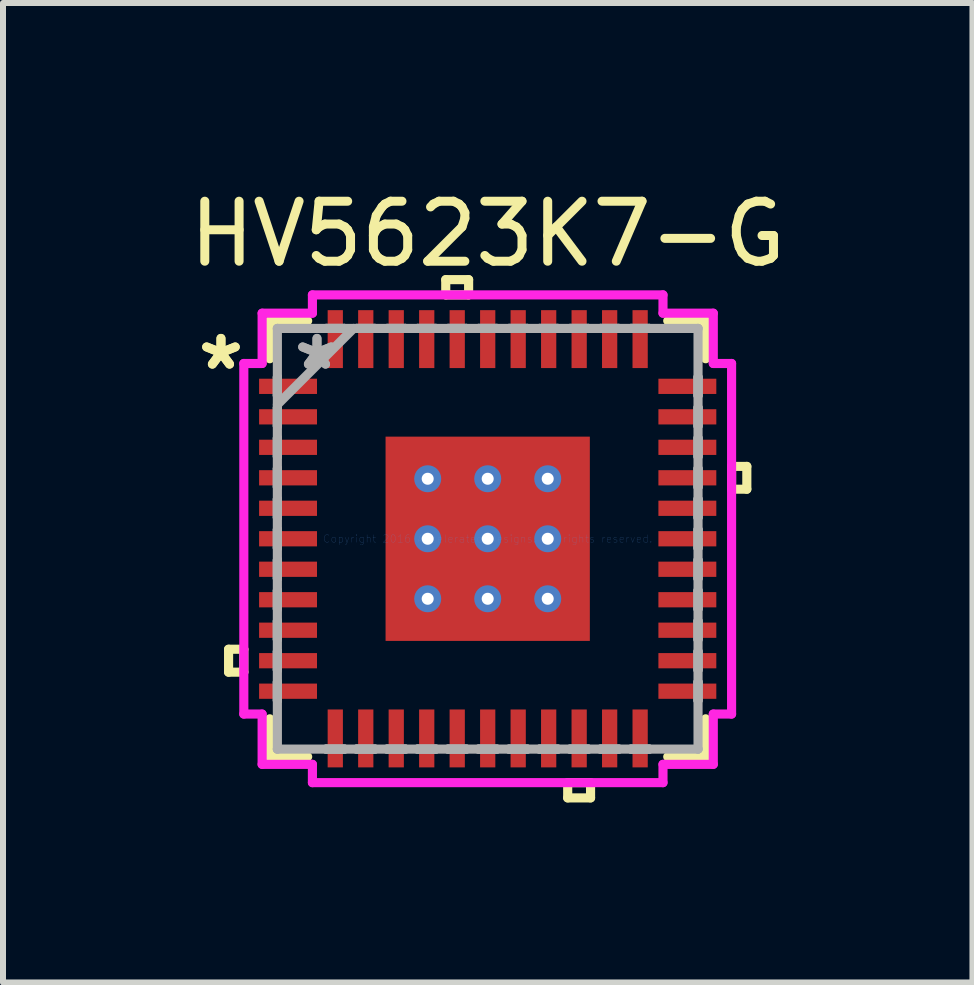
<source format=kicad_pcb>
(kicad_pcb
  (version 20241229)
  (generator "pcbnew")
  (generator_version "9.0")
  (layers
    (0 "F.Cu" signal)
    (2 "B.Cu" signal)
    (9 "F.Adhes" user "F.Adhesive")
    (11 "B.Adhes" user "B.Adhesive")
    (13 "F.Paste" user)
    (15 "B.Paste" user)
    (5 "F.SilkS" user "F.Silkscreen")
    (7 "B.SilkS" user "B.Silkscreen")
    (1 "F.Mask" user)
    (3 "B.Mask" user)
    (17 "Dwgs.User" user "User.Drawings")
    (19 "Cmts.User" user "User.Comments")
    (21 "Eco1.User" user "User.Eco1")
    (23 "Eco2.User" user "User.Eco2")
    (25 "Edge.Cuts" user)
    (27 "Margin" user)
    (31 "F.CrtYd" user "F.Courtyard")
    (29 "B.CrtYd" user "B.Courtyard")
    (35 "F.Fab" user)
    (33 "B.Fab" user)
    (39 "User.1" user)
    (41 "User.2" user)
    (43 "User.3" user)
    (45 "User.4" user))
  (footprint "HV5623K7-G"
    (layer "F.Cu")
    (at 5.077 5.928)
    (property "Reference" "HV5623K7-G" (at 0 -5.08 0) (layer "F.SilkS") (effects (font (size 1 1) (thickness 0.15))))
    (attr through_hole)
    (fp_line (start -4.318 1.841) (end -4.318 2.223) (stroke (width 0.152) (type solid)) (layer "F.SilkS"))
    (fp_line (start -4.318 2.223) (end -4.064 2.223) (stroke (width 0.152) (type solid)) (layer "F.SilkS"))
    (fp_line (start -4.064 1.841) (end -4.318 1.841) (stroke (width 0.152) (type solid)) (layer "F.SilkS"))
    (fp_line (start -4.064 2.223) (end -4.064 1.841) (stroke (width 0.152) (type solid)) (layer "F.SilkS"))
    (fp_line (start -3.632 -3.632) (end -3.632 -3) (stroke (width 0.152) (type solid)) (layer "F.SilkS"))
    (fp_line (start -3.632 3) (end -3.632 3.632) (stroke (width 0.152) (type solid)) (layer "F.SilkS"))
    (fp_line (start -3.632 3.632) (end -3 3.632) (stroke (width 0.152) (type solid)) (layer "F.SilkS"))
    (fp_line (start -3 -3.632) (end -3.632 -3.632) (stroke (width 0.152) (type solid)) (layer "F.SilkS"))
    (fp_line (start -0.699 -4.318) (end -0.318 -4.318) (stroke (width 0.152) (type solid)) (layer "F.SilkS"))
    (fp_line (start -0.699 -4.064) (end -0.699 -4.318) (stroke (width 0.152) (type solid)) (layer "F.SilkS"))
    (fp_line (start -0.318 -4.318) (end -0.318 -4.064) (stroke (width 0.152) (type solid)) (layer "F.SilkS"))
    (fp_line (start -0.318 -4.064) (end -0.699 -4.064) (stroke (width 0.152) (type solid)) (layer "F.SilkS"))
    (fp_line (start 1.333 4.064) (end 1.333 4.318) (stroke (width 0.152) (type solid)) (layer "F.SilkS"))
    (fp_line (start 1.333 4.318) (end 1.714 4.318) (stroke (width 0.152) (type solid)) (layer "F.SilkS"))
    (fp_line (start 1.714 4.064) (end 1.333 4.064) (stroke (width 0.152) (type solid)) (layer "F.SilkS"))
    (fp_line (start 1.714 4.318) (end 1.714 4.064) (stroke (width 0.152) (type solid)) (layer "F.SilkS"))
    (fp_line (start 3 3.632) (end 3.632 3.632) (stroke (width 0.152) (type solid)) (layer "F.SilkS"))
    (fp_line (start 3.632 -3.632) (end 3 -3.632) (stroke (width 0.152) (type solid)) (layer "F.SilkS"))
    (fp_line (start 3.632 -3) (end 3.632 -3.632) (stroke (width 0.152) (type solid)) (layer "F.SilkS"))
    (fp_line (start 3.632 3.632) (end 3.632 3) (stroke (width 0.152) (type solid)) (layer "F.SilkS"))
    (fp_line (start 4.064 -1.206) (end 4.318 -1.206) (stroke (width 0.152) (type solid)) (layer "F.SilkS"))
    (fp_line (start 4.064 -0.826) (end 4.064 -1.206) (stroke (width 0.152) (type solid)) (layer "F.SilkS"))
    (fp_line (start 4.318 -1.206) (end 4.318 -0.826) (stroke (width 0.152) (type solid)) (layer "F.SilkS"))
    (fp_line (start 4.318 -0.826) (end 4.064 -0.826) (stroke (width 0.152) (type solid)) (layer "F.SilkS"))
    (fp_line (start -1.602 -1.602) (end -1.602 -0.1) (stroke (width 0.152) (type solid)) (layer "F.Paste"))
    (fp_line (start -1.602 -0.1) (end -0.1 -0.1) (stroke (width 0.152) (type solid)) (layer "F.Paste"))
    (fp_line (start -1.602 0.1) (end -1.602 1.602) (stroke (width 0.152) (type solid)) (layer "F.Paste"))
    (fp_line (start -1.602 1.602) (end -0.1 1.602) (stroke (width 0.152) (type solid)) (layer "F.Paste"))
    (fp_line (start -0.1 -1.602) (end -1.602 -1.602) (stroke (width 0.152) (type solid)) (layer "F.Paste"))
    (fp_line (start -0.1 -0.1) (end -0.1 -1.602) (stroke (width 0.152) (type solid)) (layer "F.Paste"))
    (fp_line (start -0.1 0.1) (end -1.602 0.1) (stroke (width 0.152) (type solid)) (layer "F.Paste"))
    (fp_line (start -0.1 1.602) (end -0.1 0.1) (stroke (width 0.152) (type solid)) (layer "F.Paste"))
    (fp_line (start 0.1 -1.602) (end 0.1 -0.1) (stroke (width 0.152) (type solid)) (layer "F.Paste"))
    (fp_line (start 0.1 -0.1) (end 1.602 -0.1) (stroke (width 0.152) (type solid)) (layer "F.Paste"))
    (fp_line (start 0.1 0.1) (end 0.1 1.602) (stroke (width 0.152) (type solid)) (layer "F.Paste"))
    (fp_line (start 0.1 1.602) (end 1.602 1.602) (stroke (width 0.152) (type solid)) (layer "F.Paste"))
    (fp_line (start 1.602 -1.602) (end 0.1 -1.602) (stroke (width 0.152) (type solid)) (layer "F.Paste"))
    (fp_line (start 1.602 -0.1) (end 1.602 -1.602) (stroke (width 0.152) (type solid)) (layer "F.Paste"))
    (fp_line (start 1.602 0.1) (end 0.1 0.1) (stroke (width 0.152) (type solid)) (layer "F.Paste"))
    (fp_line (start 1.602 1.602) (end 1.602 0.1) (stroke (width 0.152) (type solid)) (layer "F.Paste"))
    (fp_line (start -4.064 -2.921) (end -3.759 -2.921) (stroke (width 0.152) (type solid)) (layer "F.CrtYd"))
    (fp_line (start -4.064 2.921) (end -4.064 -2.921) (stroke (width 0.152) (type solid)) (layer "F.CrtYd"))
    (fp_line (start -3.759 -3.759) (end -2.921 -3.759) (stroke (width 0.152) (type solid)) (layer "F.CrtYd"))
    (fp_line (start -3.759 -2.921) (end -3.759 -3.759) (stroke (width 0.152) (type solid)) (layer "F.CrtYd"))
    (fp_line (start -3.759 2.921) (end -4.064 2.921) (stroke (width 0.152) (type solid)) (layer "F.CrtYd"))
    (fp_line (start -3.759 3.759) (end -3.759 2.921) (stroke (width 0.152) (type solid)) (layer "F.CrtYd"))
    (fp_line (start -2.921 -4.064) (end 2.921 -4.064) (stroke (width 0.152) (type solid)) (layer "F.CrtYd"))
    (fp_line (start -2.921 -3.759) (end -2.921 -4.064) (stroke (width 0.152) (type solid)) (layer "F.CrtYd"))
    (fp_line (start -2.921 3.759) (end -3.759 3.759) (stroke (width 0.152) (type solid)) (layer "F.CrtYd"))
    (fp_line (start -2.921 4.064) (end -2.921 3.759) (stroke (width 0.152) (type solid)) (layer "F.CrtYd"))
    (fp_line (start 2.921 -4.064) (end 2.921 -3.759) (stroke (width 0.152) (type solid)) (layer "F.CrtYd"))
    (fp_line (start 2.921 -3.759) (end 3.759 -3.759) (stroke (width 0.152) (type solid)) (layer "F.CrtYd"))
    (fp_line (start 2.921 3.759) (end 2.921 4.064) (stroke (width 0.152) (type solid)) (layer "F.CrtYd"))
    (fp_line (start 2.921 4.064) (end -2.921 4.064) (stroke (width 0.152) (type solid)) (layer "F.CrtYd"))
    (fp_line (start 3.759 -3.759) (end 3.759 -2.921) (stroke (width 0.152) (type solid)) (layer "F.CrtYd"))
    (fp_line (start 3.759 -2.921) (end 4.064 -2.921) (stroke (width 0.152) (type solid)) (layer "F.CrtYd"))
    (fp_line (start 3.759 2.921) (end 3.759 3.759) (stroke (width 0.152) (type solid)) (layer "F.CrtYd"))
    (fp_line (start 3.759 3.759) (end 2.921 3.759) (stroke (width 0.152) (type solid)) (layer "F.CrtYd"))
    (fp_line (start 4.064 -2.921) (end 4.064 2.921) (stroke (width 0.152) (type solid)) (layer "F.CrtYd"))
    (fp_line (start 4.064 2.921) (end 3.759 2.921) (stroke (width 0.152) (type solid)) (layer "F.CrtYd"))
    (fp_line (start -3.505 -3.505) (end -3.505 -3.505) (stroke (width 0.152) (type solid)) (layer "F.Fab"))
    (fp_line (start -3.505 -3.505) (end -3.505 3.505) (stroke (width 0.152) (type solid)) (layer "F.Fab"))
    (fp_line (start -3.505 -2.692) (end -3.505 -2.692) (stroke (width 0.152) (type solid)) (layer "F.Fab"))
    (fp_line (start -3.505 -2.692) (end -3.505 -2.388) (stroke (width 0.152) (type solid)) (layer "F.Fab"))
    (fp_line (start -3.505 -2.388) (end -3.505 -2.692) (stroke (width 0.152) (type solid)) (layer "F.Fab"))
    (fp_line (start -3.505 -2.388) (end -3.505 -2.388) (stroke (width 0.152) (type solid)) (layer "F.Fab"))
    (fp_line (start -3.505 -2.235) (end -2.235 -3.505) (stroke (width 0.152) (type solid)) (layer "F.Fab"))
    (fp_line (start -3.505 -2.184) (end -3.505 -2.184) (stroke (width 0.152) (type solid)) (layer "F.Fab"))
    (fp_line (start -3.505 -2.184) (end -3.505 -1.88) (stroke (width 0.152) (type solid)) (layer "F.Fab"))
    (fp_line (start -3.505 -1.88) (end -3.505 -2.184) (stroke (width 0.152) (type solid)) (layer "F.Fab"))
    (fp_line (start -3.505 -1.88) (end -3.505 -1.88) (stroke (width 0.152) (type solid)) (layer "F.Fab"))
    (fp_line (start -3.505 -1.676) (end -3.505 -1.676) (stroke (width 0.152) (type solid)) (layer "F.Fab"))
    (fp_line (start -3.505 -1.676) (end -3.505 -1.372) (stroke (width 0.152) (type solid)) (layer "F.Fab"))
    (fp_line (start -3.505 -1.372) (end -3.505 -1.676) (stroke (width 0.152) (type solid)) (layer "F.Fab"))
    (fp_line (start -3.505 -1.372) (end -3.505 -1.372) (stroke (width 0.152) (type solid)) (layer "F.Fab"))
    (fp_line (start -3.505 -1.168) (end -3.505 -1.168) (stroke (width 0.152) (type solid)) (layer "F.Fab"))
    (fp_line (start -3.505 -1.168) (end -3.505 -0.864) (stroke (width 0.152) (type solid)) (layer "F.Fab"))
    (fp_line (start -3.505 -0.864) (end -3.505 -1.168) (stroke (width 0.152) (type solid)) (layer "F.Fab"))
    (fp_line (start -3.505 -0.864) (end -3.505 -0.864) (stroke (width 0.152) (type solid)) (layer "F.Fab"))
    (fp_line (start -3.505 -0.66) (end -3.505 -0.66) (stroke (width 0.152) (type solid)) (layer "F.Fab"))
    (fp_line (start -3.505 -0.66) (end -3.505 -0.356) (stroke (width 0.152) (type solid)) (layer "F.Fab"))
    (fp_line (start -3.505 -0.356) (end -3.505 -0.66) (stroke (width 0.152) (type solid)) (layer "F.Fab"))
    (fp_line (start -3.505 -0.356) (end -3.505 -0.356) (stroke (width 0.152) (type solid)) (layer "F.Fab"))
    (fp_line (start -3.505 -0.152) (end -3.505 -0.152) (stroke (width 0.152) (type solid)) (layer "F.Fab"))
    (fp_line (start -3.505 -0.152) (end -3.505 0.152) (stroke (width 0.152) (type solid)) (layer "F.Fab"))
    (fp_line (start -3.505 0.152) (end -3.505 -0.152) (stroke (width 0.152) (type solid)) (layer "F.Fab"))
    (fp_line (start -3.505 0.152) (end -3.505 0.152) (stroke (width 0.152) (type solid)) (layer "F.Fab"))
    (fp_line (start -3.505 0.356) (end -3.505 0.356) (stroke (width 0.152) (type solid)) (layer "F.Fab"))
    (fp_line (start -3.505 0.356) (end -3.505 0.66) (stroke (width 0.152) (type solid)) (layer "F.Fab"))
    (fp_line (start -3.505 0.66) (end -3.505 0.356) (stroke (width 0.152) (type solid)) (layer "F.Fab"))
    (fp_line (start -3.505 0.66) (end -3.505 0.66) (stroke (width 0.152) (type solid)) (layer "F.Fab"))
    (fp_line (start -3.505 0.864) (end -3.505 0.864) (stroke (width 0.152) (type solid)) (layer "F.Fab"))
    (fp_line (start -3.505 0.864) (end -3.505 1.168) (stroke (width 0.152) (type solid)) (layer "F.Fab"))
    (fp_line (start -3.505 1.168) (end -3.505 0.864) (stroke (width 0.152) (type solid)) (layer "F.Fab"))
    (fp_line (start -3.505 1.168) (end -3.505 1.168) (stroke (width 0.152) (type solid)) (layer "F.Fab"))
    (fp_line (start -3.505 1.372) (end -3.505 1.372) (stroke (width 0.152) (type solid)) (layer "F.Fab"))
    (fp_line (start -3.505 1.372) (end -3.505 1.676) (stroke (width 0.152) (type solid)) (layer "F.Fab"))
    (fp_line (start -3.505 1.676) (end -3.505 1.372) (stroke (width 0.152) (type solid)) (layer "F.Fab"))
    (fp_line (start -3.505 1.676) (end -3.505 1.676) (stroke (width 0.152) (type solid)) (layer "F.Fab"))
    (fp_line (start -3.505 1.88) (end -3.505 1.88) (stroke (width 0.152) (type solid)) (layer "F.Fab"))
    (fp_line (start -3.505 1.88) (end -3.505 2.184) (stroke (width 0.152) (type solid)) (layer "F.Fab"))
    (fp_line (start -3.505 2.184) (end -3.505 1.88) (stroke (width 0.152) (type solid)) (layer "F.Fab"))
    (fp_line (start -3.505 2.184) (end -3.505 2.184) (stroke (width 0.152) (type solid)) (layer "F.Fab"))
    (fp_line (start -3.505 2.388) (end -3.505 2.388) (stroke (width 0.152) (type solid)) (layer "F.Fab"))
    (fp_line (start -3.505 2.388) (end -3.505 2.692) (stroke (width 0.152) (type solid)) (layer "F.Fab"))
    (fp_line (start -3.505 2.692) (end -3.505 2.388) (stroke (width 0.152) (type solid)) (layer "F.Fab"))
    (fp_line (start -3.505 2.692) (end -3.505 2.692) (stroke (width 0.152) (type solid)) (layer "F.Fab"))
    (fp_line (start -3.505 3.505) (end -3.505 3.505) (stroke (width 0.152) (type solid)) (layer "F.Fab"))
    (fp_line (start -3.505 3.505) (end 3.505 3.505) (stroke (width 0.152) (type solid)) (layer "F.Fab"))
    (fp_line (start -2.692 -3.505) (end -2.692 -3.505) (stroke (width 0.152) (type solid)) (layer "F.Fab"))
    (fp_line (start -2.692 -3.505) (end -2.388 -3.505) (stroke (width 0.152) (type solid)) (layer "F.Fab"))
    (fp_line (start -2.692 3.505) (end -2.692 3.505) (stroke (width 0.152) (type solid)) (layer "F.Fab"))
    (fp_line (start -2.692 3.505) (end -2.388 3.505) (stroke (width 0.152) (type solid)) (layer "F.Fab"))
    (fp_line (start -2.388 -3.505) (end -2.692 -3.505) (stroke (width 0.152) (type solid)) (layer "F.Fab"))
    (fp_line (start -2.388 -3.505) (end -2.388 -3.505) (stroke (width 0.152) (type solid)) (layer "F.Fab"))
    (fp_line (start -2.388 3.505) (end -2.692 3.505) (stroke (width 0.152) (type solid)) (layer "F.Fab"))
    (fp_line (start -2.388 3.505) (end -2.388 3.505) (stroke (width 0.152) (type solid)) (layer "F.Fab"))
    (fp_line (start -2.184 -3.505) (end -2.184 -3.505) (stroke (width 0.152) (type solid)) (layer "F.Fab"))
    (fp_line (start -2.184 -3.505) (end -1.88 -3.505) (stroke (width 0.152) (type solid)) (layer "F.Fab"))
    (fp_line (start -2.184 3.505) (end -2.184 3.505) (stroke (width 0.152) (type solid)) (layer "F.Fab"))
    (fp_line (start -2.184 3.505) (end -1.88 3.505) (stroke (width 0.152) (type solid)) (layer "F.Fab"))
    (fp_line (start -1.88 -3.505) (end -2.184 -3.505) (stroke (width 0.152) (type solid)) (layer "F.Fab"))
    (fp_line (start -1.88 -3.505) (end -1.88 -3.505) (stroke (width 0.152) (type solid)) (layer "F.Fab"))
    (fp_line (start -1.88 3.505) (end -2.184 3.505) (stroke (width 0.152) (type solid)) (layer "F.Fab"))
    (fp_line (start -1.88 3.505) (end -1.88 3.505) (stroke (width 0.152) (type solid)) (layer "F.Fab"))
    (fp_line (start -1.676 -3.505) (end -1.676 -3.505) (stroke (width 0.152) (type solid)) (layer "F.Fab"))
    (fp_line (start -1.676 -3.505) (end -1.372 -3.505) (stroke (width 0.152) (type solid)) (layer "F.Fab"))
    (fp_line (start -1.676 3.505) (end -1.676 3.505) (stroke (width 0.152) (type solid)) (layer "F.Fab"))
    (fp_line (start -1.676 3.505) (end -1.372 3.505) (stroke (width 0.152) (type solid)) (layer "F.Fab"))
    (fp_line (start -1.372 -3.505) (end -1.676 -3.505) (stroke (width 0.152) (type solid)) (layer "F.Fab"))
    (fp_line (start -1.372 -3.505) (end -1.372 -3.505) (stroke (width 0.152) (type solid)) (layer "F.Fab"))
    (fp_line (start -1.372 3.505) (end -1.676 3.505) (stroke (width 0.152) (type solid)) (layer "F.Fab"))
    (fp_line (start -1.372 3.505) (end -1.372 3.505) (stroke (width 0.152) (type solid)) (layer "F.Fab"))
    (fp_line (start -1.168 -3.505) (end -1.168 -3.505) (stroke (width 0.152) (type solid)) (layer "F.Fab"))
    (fp_line (start -1.168 -3.505) (end -0.864 -3.505) (stroke (width 0.152) (type solid)) (layer "F.Fab"))
    (fp_line (start -1.168 3.505) (end -1.168 3.505) (stroke (width 0.152) (type solid)) (layer "F.Fab"))
    (fp_line (start -1.168 3.505) (end -0.864 3.505) (stroke (width 0.152) (type solid)) (layer "F.Fab"))
    (fp_line (start -0.864 -3.505) (end -1.168 -3.505) (stroke (width 0.152) (type solid)) (layer "F.Fab"))
    (fp_line (start -0.864 -3.505) (end -0.864 -3.505) (stroke (width 0.152) (type solid)) (layer "F.Fab"))
    (fp_line (start -0.864 3.505) (end -1.168 3.505) (stroke (width 0.152) (type solid)) (layer "F.Fab"))
    (fp_line (start -0.864 3.505) (end -0.864 3.505) (stroke (width 0.152) (type solid)) (layer "F.Fab"))
    (fp_line (start -0.66 -3.505) (end -0.66 -3.505) (stroke (width 0.152) (type solid)) (layer "F.Fab"))
    (fp_line (start -0.66 -3.505) (end -0.356 -3.505) (stroke (width 0.152) (type solid)) (layer "F.Fab"))
    (fp_line (start -0.66 3.505) (end -0.66 3.505) (stroke (width 0.152) (type solid)) (layer "F.Fab"))
    (fp_line (start -0.66 3.505) (end -0.356 3.505) (stroke (width 0.152) (type solid)) (layer "F.Fab"))
    (fp_line (start -0.356 -3.505) (end -0.66 -3.505) (stroke (width 0.152) (type solid)) (layer "F.Fab"))
    (fp_line (start -0.356 -3.505) (end -0.356 -3.505) (stroke (width 0.152) (type solid)) (layer "F.Fab"))
    (fp_line (start -0.356 3.505) (end -0.66 3.505) (stroke (width 0.152) (type solid)) (layer "F.Fab"))
    (fp_line (start -0.356 3.505) (end -0.356 3.505) (stroke (width 0.152) (type solid)) (layer "F.Fab"))
    (fp_line (start -0.152 -3.505) (end -0.152 -3.505) (stroke (width 0.152) (type solid)) (layer "F.Fab"))
    (fp_line (start -0.152 -3.505) (end 0.152 -3.505) (stroke (width 0.152) (type solid)) (layer "F.Fab"))
    (fp_line (start -0.152 3.505) (end -0.152 3.505) (stroke (width 0.152) (type solid)) (layer "F.Fab"))
    (fp_line (start -0.152 3.505) (end 0.152 3.505) (stroke (width 0.152) (type solid)) (layer "F.Fab"))
    (fp_line (start 0.152 -3.505) (end -0.152 -3.505) (stroke (width 0.152) (type solid)) (layer "F.Fab"))
    (fp_line (start 0.152 -3.505) (end 0.152 -3.505) (stroke (width 0.152) (type solid)) (layer "F.Fab"))
    (fp_line (start 0.152 3.505) (end -0.152 3.505) (stroke (width 0.152) (type solid)) (layer "F.Fab"))
    (fp_line (start 0.152 3.505) (end 0.152 3.505) (stroke (width 0.152) (type solid)) (layer "F.Fab"))
    (fp_line (start 0.356 -3.505) (end 0.356 -3.505) (stroke (width 0.152) (type solid)) (layer "F.Fab"))
    (fp_line (start 0.356 -3.505) (end 0.66 -3.505) (stroke (width 0.152) (type solid)) (layer "F.Fab"))
    (fp_line (start 0.356 3.505) (end 0.356 3.505) (stroke (width 0.152) (type solid)) (layer "F.Fab"))
    (fp_line (start 0.356 3.505) (end 0.66 3.505) (stroke (width 0.152) (type solid)) (layer "F.Fab"))
    (fp_line (start 0.66 -3.505) (end 0.356 -3.505) (stroke (width 0.152) (type solid)) (layer "F.Fab"))
    (fp_line (start 0.66 -3.505) (end 0.66 -3.505) (stroke (width 0.152) (type solid)) (layer "F.Fab"))
    (fp_line (start 0.66 3.505) (end 0.356 3.505) (stroke (width 0.152) (type solid)) (layer "F.Fab"))
    (fp_line (start 0.66 3.505) (end 0.66 3.505) (stroke (width 0.152) (type solid)) (layer "F.Fab"))
    (fp_line (start 0.864 -3.505) (end 0.864 -3.505) (stroke (width 0.152) (type solid)) (layer "F.Fab"))
    (fp_line (start 0.864 -3.505) (end 1.168 -3.505) (stroke (width 0.152) (type solid)) (layer "F.Fab"))
    (fp_line (start 0.864 3.505) (end 0.864 3.505) (stroke (width 0.152) (type solid)) (layer "F.Fab"))
    (fp_line (start 0.864 3.505) (end 1.168 3.505) (stroke (width 0.152) (type solid)) (layer "F.Fab"))
    (fp_line (start 1.168 -3.505) (end 0.864 -3.505) (stroke (width 0.152) (type solid)) (layer "F.Fab"))
    (fp_line (start 1.168 -3.505) (end 1.168 -3.505) (stroke (width 0.152) (type solid)) (layer "F.Fab"))
    (fp_line (start 1.168 3.505) (end 0.864 3.505) (stroke (width 0.152) (type solid)) (layer "F.Fab"))
    (fp_line (start 1.168 3.505) (end 1.168 3.505) (stroke (width 0.152) (type solid)) (layer "F.Fab"))
    (fp_line (start 1.372 -3.505) (end 1.372 -3.505) (stroke (width 0.152) (type solid)) (layer "F.Fab"))
    (fp_line (start 1.372 -3.505) (end 1.676 -3.505) (stroke (width 0.152) (type solid)) (layer "F.Fab"))
    (fp_line (start 1.372 3.505) (end 1.372 3.505) (stroke (width 0.152) (type solid)) (layer "F.Fab"))
    (fp_line (start 1.372 3.505) (end 1.676 3.505) (stroke (width 0.152) (type solid)) (layer "F.Fab"))
    (fp_line (start 1.676 -3.505) (end 1.372 -3.505) (stroke (width 0.152) (type solid)) (layer "F.Fab"))
    (fp_line (start 1.676 -3.505) (end 1.676 -3.505) (stroke (width 0.152) (type solid)) (layer "F.Fab"))
    (fp_line (start 1.676 3.505) (end 1.372 3.505) (stroke (width 0.152) (type solid)) (layer "F.Fab"))
    (fp_line (start 1.676 3.505) (end 1.676 3.505) (stroke (width 0.152) (type solid)) (layer "F.Fab"))
    (fp_line (start 1.88 -3.505) (end 1.88 -3.505) (stroke (width 0.152) (type solid)) (layer "F.Fab"))
    (fp_line (start 1.88 -3.505) (end 2.184 -3.505) (stroke (width 0.152) (type solid)) (layer "F.Fab"))
    (fp_line (start 1.88 3.505) (end 1.88 3.505) (stroke (width 0.152) (type solid)) (layer "F.Fab"))
    (fp_line (start 1.88 3.505) (end 2.184 3.505) (stroke (width 0.152) (type solid)) (layer "F.Fab"))
    (fp_line (start 2.184 -3.505) (end 1.88 -3.505) (stroke (width 0.152) (type solid)) (layer "F.Fab"))
    (fp_line (start 2.184 -3.505) (end 2.184 -3.505) (stroke (width 0.152) (type solid)) (layer "F.Fab"))
    (fp_line (start 2.184 3.505) (end 1.88 3.505) (stroke (width 0.152) (type solid)) (layer "F.Fab"))
    (fp_line (start 2.184 3.505) (end 2.184 3.505) (stroke (width 0.152) (type solid)) (layer "F.Fab"))
    (fp_line (start 2.388 -3.505) (end 2.388 -3.505) (stroke (width 0.152) (type solid)) (layer "F.Fab"))
    (fp_line (start 2.388 -3.505) (end 2.692 -3.505) (stroke (width 0.152) (type solid)) (layer "F.Fab"))
    (fp_line (start 2.388 3.505) (end 2.388 3.505) (stroke (width 0.152) (type solid)) (layer "F.Fab"))
    (fp_line (start 2.388 3.505) (end 2.692 3.505) (stroke (width 0.152) (type solid)) (layer "F.Fab"))
    (fp_line (start 2.692 -3.505) (end 2.388 -3.505) (stroke (width 0.152) (type solid)) (layer "F.Fab"))
    (fp_line (start 2.692 -3.505) (end 2.692 -3.505) (stroke (width 0.152) (type solid)) (layer "F.Fab"))
    (fp_line (start 2.692 3.505) (end 2.388 3.505) (stroke (width 0.152) (type solid)) (layer "F.Fab"))
    (fp_line (start 2.692 3.505) (end 2.692 3.505) (stroke (width 0.152) (type solid)) (layer "F.Fab"))
    (fp_line (start 3.505 -3.505) (end -3.505 -3.505) (stroke (width 0.152) (type solid)) (layer "F.Fab"))
    (fp_line (start 3.505 -3.505) (end 3.505 -3.505) (stroke (width 0.152) (type solid)) (layer "F.Fab"))
    (fp_line (start 3.505 -2.692) (end 3.505 -2.692) (stroke (width 0.152) (type solid)) (layer "F.Fab"))
    (fp_line (start 3.505 -2.692) (end 3.505 -2.388) (stroke (width 0.152) (type solid)) (layer "F.Fab"))
    (fp_line (start 3.505 -2.388) (end 3.505 -2.692) (stroke (width 0.152) (type solid)) (layer "F.Fab"))
    (fp_line (start 3.505 -2.388) (end 3.505 -2.388) (stroke (width 0.152) (type solid)) (layer "F.Fab"))
    (fp_line (start 3.505 -2.184) (end 3.505 -2.184) (stroke (width 0.152) (type solid)) (layer "F.Fab"))
    (fp_line (start 3.505 -2.184) (end 3.505 -1.88) (stroke (width 0.152) (type solid)) (layer "F.Fab"))
    (fp_line (start 3.505 -1.88) (end 3.505 -2.184) (stroke (width 0.152) (type solid)) (layer "F.Fab"))
    (fp_line (start 3.505 -1.88) (end 3.505 -1.88) (stroke (width 0.152) (type solid)) (layer "F.Fab"))
    (fp_line (start 3.505 -1.676) (end 3.505 -1.676) (stroke (width 0.152) (type solid)) (layer "F.Fab"))
    (fp_line (start 3.505 -1.676) (end 3.505 -1.372) (stroke (width 0.152) (type solid)) (layer "F.Fab"))
    (fp_line (start 3.505 -1.372) (end 3.505 -1.676) (stroke (width 0.152) (type solid)) (layer "F.Fab"))
    (fp_line (start 3.505 -1.372) (end 3.505 -1.372) (stroke (width 0.152) (type solid)) (layer "F.Fab"))
    (fp_line (start 3.505 -1.168) (end 3.505 -1.168) (stroke (width 0.152) (type solid)) (layer "F.Fab"))
    (fp_line (start 3.505 -1.168) (end 3.505 -0.864) (stroke (width 0.152) (type solid)) (layer "F.Fab"))
    (fp_line (start 3.505 -0.864) (end 3.505 -1.168) (stroke (width 0.152) (type solid)) (layer "F.Fab"))
    (fp_line (start 3.505 -0.864) (end 3.505 -0.864) (stroke (width 0.152) (type solid)) (layer "F.Fab"))
    (fp_line (start 3.505 -0.66) (end 3.505 -0.66) (stroke (width 0.152) (type solid)) (layer "F.Fab"))
    (fp_line (start 3.505 -0.66) (end 3.505 -0.356) (stroke (width 0.152) (type solid)) (layer "F.Fab"))
    (fp_line (start 3.505 -0.356) (end 3.505 -0.66) (stroke (width 0.152) (type solid)) (layer "F.Fab"))
    (fp_line (start 3.505 -0.356) (end 3.505 -0.356) (stroke (width 0.152) (type solid)) (layer "F.Fab"))
    (fp_line (start 3.505 -0.152) (end 3.505 -0.152) (stroke (width 0.152) (type solid)) (layer "F.Fab"))
    (fp_line (start 3.505 -0.152) (end 3.505 0.152) (stroke (width 0.152) (type solid)) (layer "F.Fab"))
    (fp_line (start 3.505 0.152) (end 3.505 -0.152) (stroke (width 0.152) (type solid)) (layer "F.Fab"))
    (fp_line (start 3.505 0.152) (end 3.505 0.152) (stroke (width 0.152) (type solid)) (layer "F.Fab"))
    (fp_line (start 3.505 0.356) (end 3.505 0.356) (stroke (width 0.152) (type solid)) (layer "F.Fab"))
    (fp_line (start 3.505 0.356) (end 3.505 0.66) (stroke (width 0.152) (type solid)) (layer "F.Fab"))
    (fp_line (start 3.505 0.66) (end 3.505 0.356) (stroke (width 0.152) (type solid)) (layer "F.Fab"))
    (fp_line (start 3.505 0.66) (end 3.505 0.66) (stroke (width 0.152) (type solid)) (layer "F.Fab"))
    (fp_line (start 3.505 0.864) (end 3.505 0.864) (stroke (width 0.152) (type solid)) (layer "F.Fab"))
    (fp_line (start 3.505 0.864) (end 3.505 1.168) (stroke (width 0.152) (type solid)) (layer "F.Fab"))
    (fp_line (start 3.505 1.168) (end 3.505 0.864) (stroke (width 0.152) (type solid)) (layer "F.Fab"))
    (fp_line (start 3.505 1.168) (end 3.505 1.168) (stroke (width 0.152) (type solid)) (layer "F.Fab"))
    (fp_line (start 3.505 1.372) (end 3.505 1.372) (stroke (width 0.152) (type solid)) (layer "F.Fab"))
    (fp_line (start 3.505 1.372) (end 3.505 1.676) (stroke (width 0.152) (type solid)) (layer "F.Fab"))
    (fp_line (start 3.505 1.676) (end 3.505 1.372) (stroke (width 0.152) (type solid)) (layer "F.Fab"))
    (fp_line (start 3.505 1.676) (end 3.505 1.676) (stroke (width 0.152) (type solid)) (layer "F.Fab"))
    (fp_line (start 3.505 1.88) (end 3.505 1.88) (stroke (width 0.152) (type solid)) (layer "F.Fab"))
    (fp_line (start 3.505 1.88) (end 3.505 2.184) (stroke (width 0.152) (type solid)) (layer "F.Fab"))
    (fp_line (start 3.505 2.184) (end 3.505 1.88) (stroke (width 0.152) (type solid)) (layer "F.Fab"))
    (fp_line (start 3.505 2.184) (end 3.505 2.184) (stroke (width 0.152) (type solid)) (layer "F.Fab"))
    (fp_line (start 3.505 2.388) (end 3.505 2.388) (stroke (width 0.152) (type solid)) (layer "F.Fab"))
    (fp_line (start 3.505 2.388) (end 3.505 2.692) (stroke (width 0.152) (type solid)) (layer "F.Fab"))
    (fp_line (start 3.505 2.692) (end 3.505 2.388) (stroke (width 0.152) (type solid)) (layer "F.Fab"))
    (fp_line (start 3.505 2.692) (end 3.505 2.692) (stroke (width 0.152) (type solid)) (layer "F.Fab"))
    (fp_line (start 3.505 3.505) (end 3.505 -3.505) (stroke (width 0.152) (type solid)) (layer "F.Fab"))
    (fp_line (start 3.505 3.505) (end 3.505 3.505) (stroke (width 0.152) (type solid)) (layer "F.Fab"))
    (fp_text user "*" (at -4.445 -2.794 0) (layer "F.SilkS") (effects (font (size 1 1) (thickness 0.15))))
    (fp_text user "*" (at -4.445 -2.794 0) (layer "F.SilkS") (effects (font (size 1 1) (thickness 0.15))))
    (fp_text user "Copyright 2016 Accelerated Designs. All rights reserved." (at 0 0 0) (layer "Cmts.User") (effects (font (size 0.127 0.127) (thickness 0.002))))
    (fp_text user "*" (at -2.845 -2.794 0) (layer "F.Fab") (effects (font (size 1 1) (thickness 0.15))))
    (fp_text user "*" (at -2.845 -2.794 0) (layer "F.Fab") (effects (font (size 1 1) (thickness 0.15))))
    (pad "1" smd rect (at -3.327 -2.54 90) (size 0.254 0.965) (layers "F.Cu" "F.Mask" "F.Paste"))
    (pad "2" smd rect (at -3.327 -2.032 90) (size 0.254 0.965) (layers "F.Cu" "F.Mask" "F.Paste"))
    (pad "3" smd rect (at -3.327 -1.524 90) (size 0.254 0.965) (layers "F.Cu" "F.Mask" "F.Paste"))
    (pad "4" smd rect (at -3.327 -1.016 90) (size 0.254 0.965) (layers "F.Cu" "F.Mask" "F.Paste"))
    (pad "5" smd rect (at -3.327 -0.508 90) (size 0.254 0.965) (layers "F.Cu" "F.Mask" "F.Paste"))
    (pad "6" smd rect (at -3.327 0 90) (size 0.254 0.965) (layers "F.Cu" "F.Mask" "F.Paste"))
    (pad "7" smd rect (at -3.327 0.508 90) (size 0.254 0.965) (layers "F.Cu" "F.Mask" "F.Paste"))
    (pad "8" smd rect (at -3.327 1.016 90) (size 0.254 0.965) (layers "F.Cu" "F.Mask" "F.Paste"))
    (pad "9" smd rect (at -3.327 1.524 90) (size 0.254 0.965) (layers "F.Cu" "F.Mask" "F.Paste"))
    (pad "10" smd rect (at -3.327 2.032 90) (size 0.254 0.965) (layers "F.Cu" "F.Mask" "F.Paste"))
    (pad "11" smd rect (at -3.327 2.54 90) (size 0.254 0.965) (layers "F.Cu" "F.Mask" "F.Paste"))
    (pad "12" smd rect (at -2.54 3.327) (size 0.254 0.965) (layers "F.Cu" "F.Mask" "F.Paste"))
    (pad "13" smd rect (at -2.032 3.327) (size 0.254 0.965) (layers "F.Cu" "F.Mask" "F.Paste"))
    (pad "14" smd rect (at -1.524 3.327) (size 0.254 0.965) (layers "F.Cu" "F.Mask" "F.Paste"))
    (pad "15" smd rect (at -1.016 3.327) (size 0.254 0.965) (layers "F.Cu" "F.Mask" "F.Paste"))
    (pad "16" smd rect (at -0.508 3.327) (size 0.254 0.965) (layers "F.Cu" "F.Mask" "F.Paste"))
    (pad "17" smd rect (at 0 3.327) (size 0.254 0.965) (layers "F.Cu" "F.Mask" "F.Paste"))
    (pad "18" smd rect (at 0.508 3.327) (size 0.254 0.965) (layers "F.Cu" "F.Mask" "F.Paste"))
    (pad "19" smd rect (at 1.016 3.327) (size 0.254 0.965) (layers "F.Cu" "F.Mask" "F.Paste"))
    (pad "20" smd rect (at 1.524 3.327) (size 0.254 0.965) (layers "F.Cu" "F.Mask" "F.Paste"))
    (pad "21" smd rect (at 2.032 3.327) (size 0.254 0.965) (layers "F.Cu" "F.Mask" "F.Paste"))
    (pad "22" smd rect (at 2.54 3.327) (size 0.254 0.965) (layers "F.Cu" "F.Mask" "F.Paste"))
    (pad "23" smd rect (at 3.327 2.54 90) (size 0.254 0.965) (layers "F.Cu" "F.Mask" "F.Paste"))
    (pad "24" smd rect (at 3.327 2.032 90) (size 0.254 0.965) (layers "F.Cu" "F.Mask" "F.Paste"))
    (pad "25" smd rect (at 3.327 1.524 90) (size 0.254 0.965) (layers "F.Cu" "F.Mask" "F.Paste"))
    (pad "26" smd rect (at 3.327 1.016 90) (size 0.254 0.965) (layers "F.Cu" "F.Mask" "F.Paste"))
    (pad "27" smd rect (at 3.327 0.508 90) (size 0.254 0.965) (layers "F.Cu" "F.Mask" "F.Paste"))
    (pad "28" smd rect (at 3.327 0 90) (size 0.254 0.965) (layers "F.Cu" "F.Mask" "F.Paste"))
    (pad "29" smd rect (at 3.327 -0.508 90) (size 0.254 0.965) (layers "F.Cu" "F.Mask" "F.Paste"))
    (pad "30" smd rect (at 3.327 -1.016 90) (size 0.254 0.965) (layers "F.Cu" "F.Mask" "F.Paste"))
    (pad "31" smd rect (at 3.327 -1.524 90) (size 0.254 0.965) (layers "F.Cu" "F.Mask" "F.Paste"))
    (pad "32" smd rect (at 3.327 -2.032 90) (size 0.254 0.965) (layers "F.Cu" "F.Mask" "F.Paste"))
    (pad "33" smd rect (at 3.327 -2.54 90) (size 0.254 0.965) (layers "F.Cu" "F.Mask" "F.Paste"))
    (pad "34" smd rect (at 2.54 -3.327) (size 0.254 0.965) (layers "F.Cu" "F.Mask" "F.Paste"))
    (pad "35" smd rect (at 2.032 -3.327) (size 0.254 0.965) (layers "F.Cu" "F.Mask" "F.Paste"))
    (pad "36" smd rect (at 1.524 -3.327) (size 0.254 0.965) (layers "F.Cu" "F.Mask" "F.Paste"))
    (pad "37" smd rect (at 1.016 -3.327) (size 0.254 0.965) (layers "F.Cu" "F.Mask" "F.Paste"))
    (pad "38" smd rect (at 0.508 -3.327) (size 0.254 0.965) (layers "F.Cu" "F.Mask" "F.Paste"))
    (pad "39" smd rect (at 0 -3.327) (size 0.254 0.965) (layers "F.Cu" "F.Mask" "F.Paste"))
    (pad "40" smd rect (at -0.508 -3.327) (size 0.254 0.965) (layers "F.Cu" "F.Mask" "F.Paste"))
    (pad "41" smd rect (at -1.016 -3.327) (size 0.254 0.965) (layers "F.Cu" "F.Mask" "F.Paste"))
    (pad "42" smd rect (at -1.524 -3.327) (size 0.254 0.965) (layers "F.Cu" "F.Mask" "F.Paste"))
    (pad "43" smd rect (at -2.032 -3.327) (size 0.254 0.965) (layers "F.Cu" "F.Mask" "F.Paste"))
    (pad "44" smd rect (at -2.54 -3.327) (size 0.254 0.965) (layers "F.Cu" "F.Mask" "F.Paste"))
    (pad "45" thru_hole circle (at -1 -1) (size 0.45 0.45) (drill 0.2) (layers "*.Cu" "*.Mask"))
    (pad "45" thru_hole circle (at -1 0) (size 0.45 0.45) (drill 0.2) (layers "*.Cu" "*.Mask"))
    (pad "45" thru_hole circle (at -1 1) (size 0.45 0.45) (drill 0.2) (layers "*.Cu" "*.Mask"))
    (pad "45" thru_hole circle (at 0 -1) (size 0.45 0.45) (drill 0.2) (layers "*.Cu" "*.Mask"))
    (pad "45" thru_hole circle (at 0 0) (size 0.45 0.45) (drill 0.2) (layers "*.Cu" "*.Mask"))
    (pad "45" smd rect (at 0 0) (size 3.404 3.404) (layers "F.Cu" "F.Mask" "F.Paste"))
    (pad "45" thru_hole circle (at 0 1) (size 0.45 0.45) (drill 0.2) (layers "*.Cu" "*.Mask"))
    (pad "45" thru_hole circle (at 1 -1) (size 0.45 0.45) (drill 0.2) (layers "*.Cu" "*.Mask"))
    (pad "45" thru_hole circle (at 1 0) (size 0.45 0.45) (drill 0.2) (layers "*.Cu" "*.Mask"))
    (pad "45" thru_hole circle (at 1 1) (size 0.45 0.45) (drill 0.2) (layers "*.Cu" "*.Mask")))
  (gr_rect
    (start -3 -3)
    (end 13.155 13.322)
    (stroke (width 0.1) (type default))
    (fill no)
    (layer "Edge.Cuts")))
</source>
